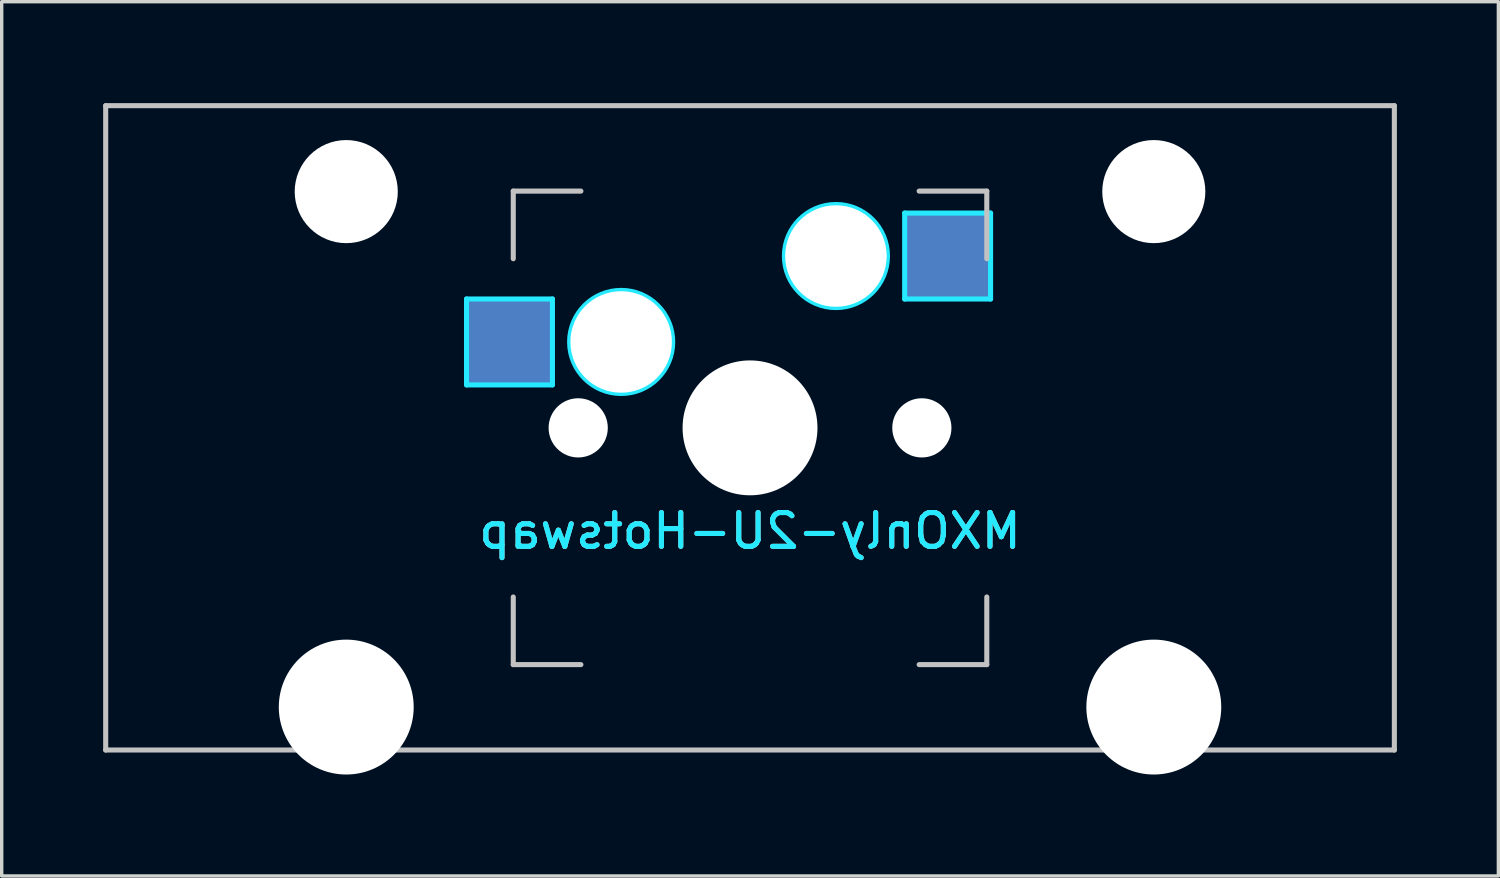
<source format=kicad_pcb>
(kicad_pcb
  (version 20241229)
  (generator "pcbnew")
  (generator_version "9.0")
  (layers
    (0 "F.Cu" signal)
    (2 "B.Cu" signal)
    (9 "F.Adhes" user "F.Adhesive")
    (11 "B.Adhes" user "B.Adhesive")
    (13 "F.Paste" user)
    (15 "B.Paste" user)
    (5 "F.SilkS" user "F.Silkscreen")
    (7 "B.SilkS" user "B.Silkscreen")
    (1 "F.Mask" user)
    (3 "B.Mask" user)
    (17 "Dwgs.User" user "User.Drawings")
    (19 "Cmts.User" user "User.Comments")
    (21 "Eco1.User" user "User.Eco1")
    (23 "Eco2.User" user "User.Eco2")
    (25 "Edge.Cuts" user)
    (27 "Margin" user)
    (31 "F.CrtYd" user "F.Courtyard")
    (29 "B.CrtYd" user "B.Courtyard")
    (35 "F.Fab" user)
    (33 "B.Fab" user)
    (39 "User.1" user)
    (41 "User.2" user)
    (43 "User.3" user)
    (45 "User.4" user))
  (footprint "MXOnly-2U-Hotswap"
    (layer "F.Cu")
    (at 19.125 9.6)
    (property "Reference" "MXOnly-2U-Hotswap" (at 0 3.048 0) (layer "B.CrtYd") (effects (font (size 1 1) (thickness 0.15)) (justify mirror)))
    (attr smd)
    (fp_line (start -19.05 -9.525) (end 19.05 -9.525) (stroke (width 0.15) (type solid)) (layer "Dwgs.User"))
    (fp_line (start -19.05 9.525) (end -19.05 -9.525) (stroke (width 0.15) (type solid)) (layer "Dwgs.User"))
    (fp_line (start -7 -7) (end -7 -5) (stroke (width 0.15) (type solid)) (layer "Dwgs.User"))
    (fp_line (start -7 5) (end -7 7) (stroke (width 0.15) (type solid)) (layer "Dwgs.User"))
    (fp_line (start -7 7) (end -5 7) (stroke (width 0.15) (type solid)) (layer "Dwgs.User"))
    (fp_line (start -5 -7) (end -7 -7) (stroke (width 0.15) (type solid)) (layer "Dwgs.User"))
    (fp_line (start 5 -7) (end 7 -7) (stroke (width 0.15) (type solid)) (layer "Dwgs.User"))
    (fp_line (start 5 7) (end 7 7) (stroke (width 0.15) (type solid)) (layer "Dwgs.User"))
    (fp_line (start 7 -7) (end 7 -5) (stroke (width 0.15) (type solid)) (layer "Dwgs.User"))
    (fp_line (start 7 7) (end 7 5) (stroke (width 0.15) (type solid)) (layer "Dwgs.User"))
    (fp_line (start 19.05 -9.525) (end 19.05 9.525) (stroke (width 0.15) (type solid)) (layer "Dwgs.User"))
    (fp_line (start 19.05 9.525) (end -19.05 9.525) (stroke (width 0.15) (type solid)) (layer "Dwgs.User"))
    (fp_line (start -8.382 -3.81) (end -5.842 -3.81) (stroke (width 0.15) (type solid)) (layer "B.CrtYd"))
    (fp_line (start -8.382 -1.27) (end -8.382 -3.81) (stroke (width 0.15) (type solid)) (layer "B.CrtYd"))
    (fp_line (start -5.842 -3.81) (end -5.842 -1.27) (stroke (width 0.15) (type solid)) (layer "B.CrtYd"))
    (fp_line (start -5.842 -1.27) (end -8.382 -1.27) (stroke (width 0.15) (type solid)) (layer "B.CrtYd"))
    (fp_line (start 4.572 -6.35) (end 7.112 -6.35) (stroke (width 0.15) (type solid)) (layer "B.CrtYd"))
    (fp_line (start 4.572 -3.81) (end 4.572 -6.35) (stroke (width 0.15) (type solid)) (layer "B.CrtYd"))
    (fp_line (start 7.112 -6.35) (end 7.112 -3.81) (stroke (width 0.15) (type solid)) (layer "B.CrtYd"))
    (fp_line (start 7.112 -3.81) (end 4.572 -3.81) (stroke (width 0.15) (type solid)) (layer "B.CrtYd"))
    (fp_circle (center -3.81 -2.54) (end -3.81 -4.064) (stroke (width 0.15) (type solid)) (fill no) (layer "B.CrtYd"))
    (fp_circle (center 2.54 -5.08) (end 2.54 -6.604) (stroke (width 0.15) (type solid)) (fill no) (layer "B.CrtYd"))
    (fp_text user "${REFERENCE}" (at 0 3.048 0) (layer "B.SilkS") (effects (font (size 1 1) (thickness 0.15)) (justify mirror)))
    (pad "" np_thru_hole circle (at -11.938 -6.985) (size 3.048 3.048) (drill 3.048) (layers "*.Cu" "*.Mask"))
    (pad "" np_thru_hole circle (at -11.938 8.255) (size 3.988 3.988) (drill 3.988) (layers "*.Cu" "*.Mask"))
    (pad "" np_thru_hole circle (at -5.08 0 48.1) (size 1.75 1.75) (drill 1.75) (layers "*.Cu" "*.Mask"))
    (pad "" np_thru_hole circle (at -3.81 -2.54) (size 3 3) (drill 3) (layers "*.Cu" "*.Mask"))
    (pad "" np_thru_hole circle (at 0 0) (size 3.988 3.988) (drill 3.988) (layers "*.Cu" "*.Mask"))
    (pad "" np_thru_hole circle (at 2.54 -5.08) (size 3 3) (drill 3) (layers "*.Cu" "*.Mask"))
    (pad "" np_thru_hole circle (at 5.08 0 48.1) (size 1.75 1.75) (drill 1.75) (layers "*.Cu" "*.Mask"))
    (pad "" np_thru_hole circle (at 11.938 -6.985) (size 3.048 3.048) (drill 3.048) (layers "*.Cu" "*.Mask"))
    (pad "" np_thru_hole circle (at 11.938 8.255) (size 3.988 3.988) (drill 3.988) (layers "*.Cu" "*.Mask"))
    (pad "1" smd rect (at -7.085 -2.54) (size 2.55 2.5) (layers "B.Cu" "B.Mask" "B.Paste"))
    (pad "2" smd rect (at 5.842 -5.08) (size 2.55 2.5) (layers "B.Cu" "B.Mask" "B.Paste")))
  (gr_rect
    (start -3 -3)
    (end 41.25 22.849)
    (stroke (width 0.1) (type default))
    (fill no)
    (layer "Edge.Cuts")))
</source>
